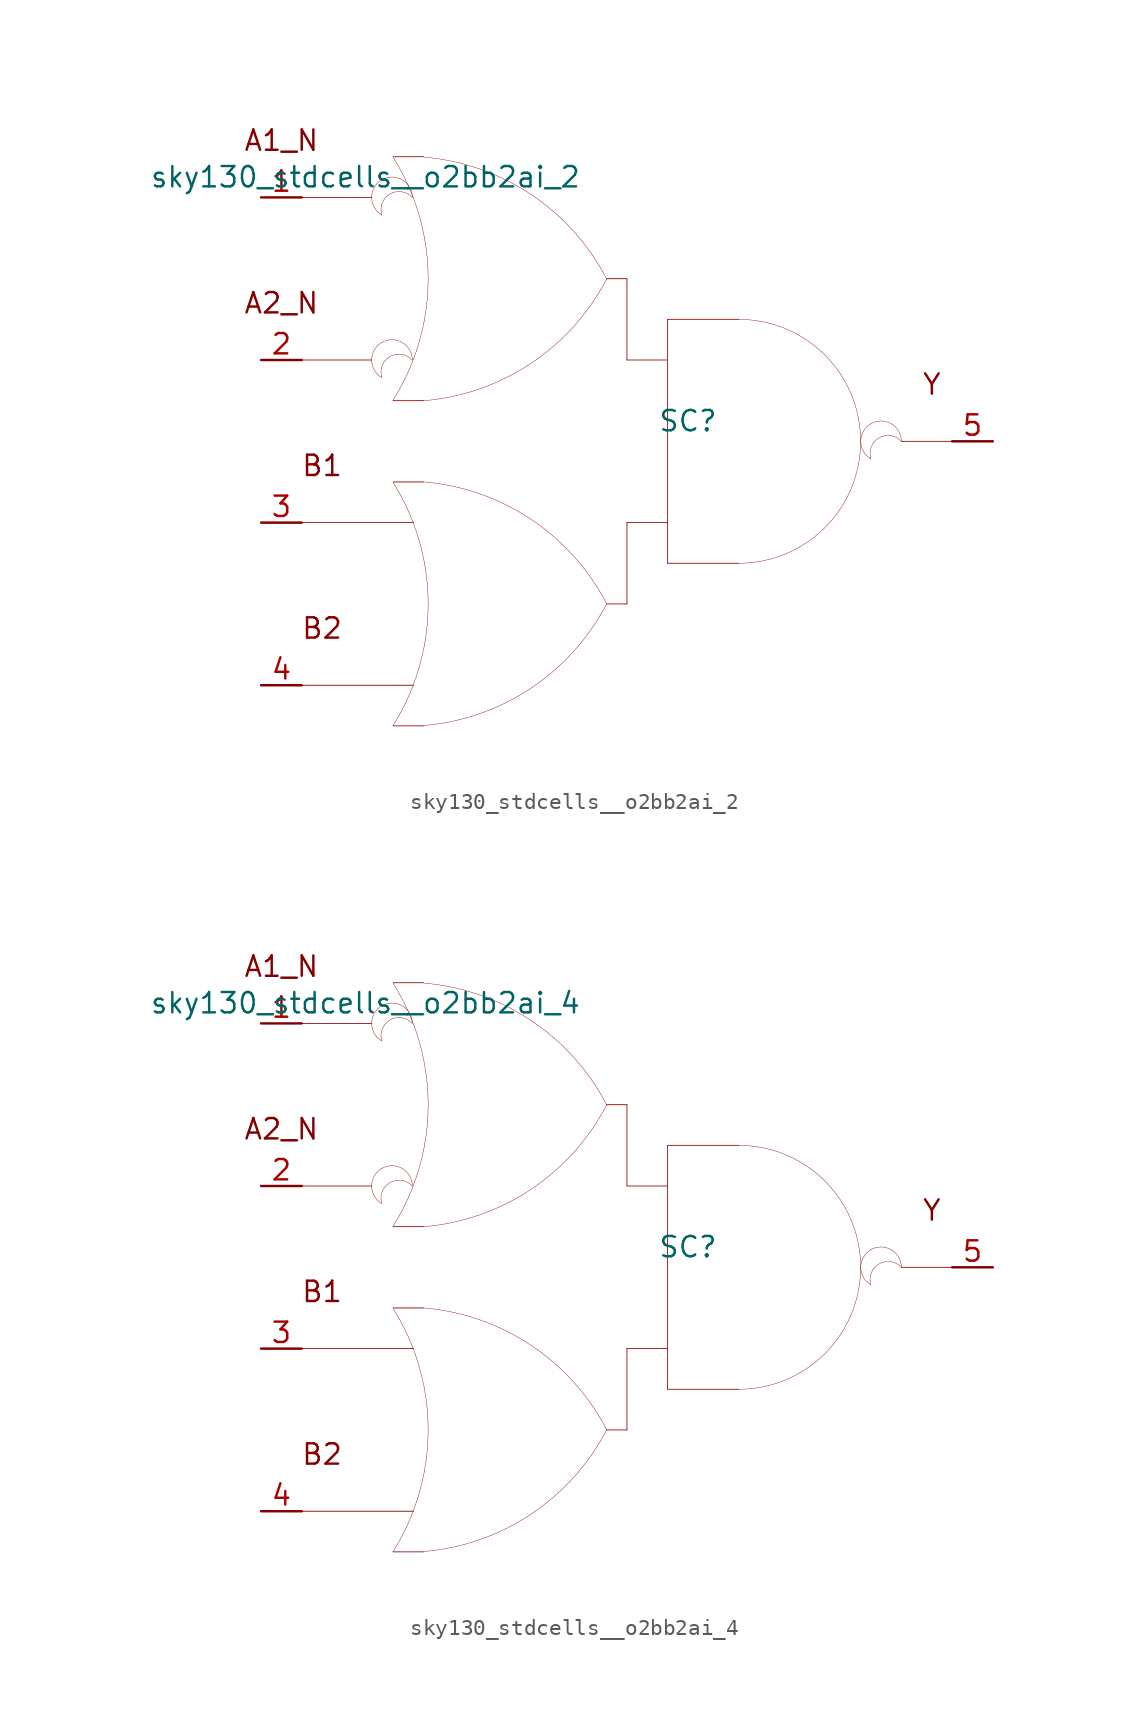
<source format=kicad_sym>
(kicad_symbol_lib
  (version 20211014)
  (generator kicad_symbol_editor)
  (symbol "sky130_stdcells__o2bb2ai_2"
    (pin_names hide)
    (property "Reference" "SC"
      (at 3.81 1.27 0)
      (effects (font (size 1.27 1.27))))
    (property "Value" "sky130_stdcells__o2bb2ai_2"
      (at -2.845 16.51 0)
      (effects (font (size 1.27 1.27)) (justify right)))
    (symbol "sky130_stdcells__o2bb2ai_2_0_0"
      (arc (start -15.3162 6.1799) (mid -15.9512 5.08) (end -15.3162 3.9801) (stroke (width 0.0254) (type default) (color 0 0 0 0)) (fill (type none)))
      (arc (start -15.3162 16.3399) (mid -15.9512 15.24) (end -15.3162 14.1401) (stroke (width 0.0254) (type default) (color 0 0 0 0)) (fill (type none)))
      (arc (start -14.6255 -17.7742) (mid -13.968 -16.618) (end -13.4212 -15.4056) (stroke (width 0.0254) (type default) (color 0 0 0 0)) (fill (type none)))
      (arc (start -14.6255 2.5458) (mid -13.968 3.702) (end -13.4212 4.9144) (stroke (width 0.0254) (type default) (color 0 0 0 0)) (fill (type none)))
      (arc (start -13.4212 -15.4056) (mid -12.9863 -14.1355) (end -12.673 -12.8301) (stroke (width 0.0254) (type default) (color 0 0 0 0)) (fill (type none)))
      (arc (start -13.4212 4.9144) (mid -12.9863 6.1845) (end -12.673 7.4899) (stroke (width 0.0254) (type default) (color 0 0 0 0)) (fill (type none)))
      (arc (start -13.4112 5.08) (mid -15.2681 5.5543) (end -15.3162 3.9801) (stroke (width 0.0254) (type default) (color 0 0 0 0)) (fill (type none)))
      (arc (start -13.4112 5.08) (mid -14.0462 6.1798) (end -15.3162 6.1799) (stroke (width 0.0254) (type default) (color 0 0 0 0)) (fill (type none)))
      (arc (start -13.4112 15.24) (mid -15.2681 15.7143) (end -15.3162 14.1401) (stroke (width 0.0254) (type default) (color 0 0 0 0)) (fill (type none)))
      (arc (start -13.4112 15.24) (mid -14.0462 16.3398) (end -15.3162 16.3399) (stroke (width 0.0254) (type default) (color 0 0 0 0)) (fill (type none)))
      (arc (start -13.403 -4.9607) (mid -13.9512 -3.7352) (end -14.6123 -2.5668) (stroke (width 0.0254) (type default) (color 0 0 0 0)) (fill (type none)))
      (arc (start -13.403 15.3593) (mid -13.9512 16.5848) (end -14.6123 17.7532) (stroke (width 0.0254) (type default) (color 0 0 0 0)) (fill (type none)))
      (arc (start -12.705 -17.7577) (mid -6.011 -15.4332) (end -1.2741 -10.163) (stroke (width 0.0254) (type default) (color 0 0 0 0)) (fill (type none)))
      (arc (start -12.705 2.5369) (mid -6.011 4.8614) (end -1.2741 10.1316) (stroke (width 0.0254) (type default) (color 0 0 0 0)) (fill (type none)))
      (arc (start -12.673 -12.8301) (mid -12.4838 -11.501) (end -12.4206 -10.16) (stroke (width 0.0254) (type default) (color 0 0 0 0)) (fill (type none)))
      (arc (start -12.673 7.4899) (mid -12.4838 8.819) (end -12.4206 10.16) (stroke (width 0.0254) (type default) (color 0 0 0 0)) (fill (type none)))
      (arc (start -12.6684 -7.5144) (mid -12.9761 -6.2204) (end -13.403 -4.9607) (stroke (width 0.0254) (type default) (color 0 0 0 0)) (fill (type none)))
      (arc (start -12.6684 12.8056) (mid -12.9761 14.0996) (end -13.403 15.3593) (stroke (width 0.0254) (type default) (color 0 0 0 0)) (fill (type none)))
      (arc (start -12.4206 -10.16) (mid -12.4827 -8.8314) (end -12.6684 -7.5144) (stroke (width 0.0254) (type default) (color 0 0 0 0)) (fill (type none)))
      (arc (start -12.4206 10.16) (mid -12.4827 11.4886) (end -12.6684 12.8056) (stroke (width 0.0254) (type default) (color 0 0 0 0)) (fill (type none)))
      (arc (start -1.2513 -10.1756) (mid -5.9698 -4.889) (end -12.6556 -2.5411) (stroke (width 0.0254) (type default) (color 0 0 0 0)) (fill (type none)))
      (arc (start -1.2513 10.119) (mid -5.9698 15.4056) (end -12.6556 17.7535) (stroke (width 0.0254) (type default) (color 0 0 0 0)) (fill (type none)))
      (polyline (pts (xy -20.32 -15.24) (xy -13.335 -15.24)) (stroke (width 0.051) (type default) (color 0 0 0 0)) (fill (type none)))
      (polyline (pts (xy -20.32 -5.08) (xy -13.335 -5.08)) (stroke (width 0.051) (type default) (color 0 0 0 0)) (fill (type none)))
      (polyline (pts (xy -20.32 5.08) (xy -15.951 5.08)) (stroke (width 0.051) (type default) (color 0 0 0 0)) (fill (type none)))
      (polyline (pts (xy -20.32 15.24) (xy -15.951 15.24)) (stroke (width 0.051) (type default) (color 0 0 0 0)) (fill (type none)))
      (polyline (pts (xy -14.605 -17.78) (xy -12.7 -17.78)) (stroke (width 0.051) (type default) (color 0 0 0 0)) (fill (type none)))
      (polyline (pts (xy -14.605 -2.54) (xy -12.7 -2.54)) (stroke (width 0.051) (type default) (color 0 0 0 0)) (fill (type none)))
      (polyline (pts (xy -14.605 2.54) (xy -12.7 2.54)) (stroke (width 0.051) (type default) (color 0 0 0 0)) (fill (type none)))
      (polyline (pts (xy -14.605 17.78) (xy -12.7 17.78)) (stroke (width 0.051) (type default) (color 0 0 0 0)) (fill (type none)))
      (polyline (pts (xy -1.27 -10.16) (xy 0 -10.16)) (stroke (width 0.051) (type default) (color 0 0 0 0)) (fill (type none)))
      (polyline (pts (xy -1.27 10.16) (xy 0 10.16)) (stroke (width 0.051) (type default) (color 0 0 0 0)) (fill (type none)))
      (polyline (pts (xy 0 -5.08) (xy 0 -10.16)) (stroke (width 0.051) (type default) (color 0 0 0 0)) (fill (type none)))
      (polyline (pts (xy 0 -5.08) (xy 2.54 -5.08)) (stroke (width 0.051) (type default) (color 0 0 0 0)) (fill (type none)))
      (polyline (pts (xy 0 5.08) (xy 2.54 5.08)) (stroke (width 0.051) (type default) (color 0 0 0 0)) (fill (type none)))
      (polyline (pts (xy 0 10.16) (xy 0 5.08)) (stroke (width 0.051) (type default) (color 0 0 0 0)) (fill (type none)))
      (polyline (pts (xy 2.54 -7.62) (xy 6.985 -7.62)) (stroke (width 0.051) (type default) (color 0 0 0 0)) (fill (type none)))
      (polyline (pts (xy 2.54 7.62) (xy 2.54 -7.62)) (stroke (width 0.051) (type default) (color 0 0 0 0)) (fill (type none)))
      (polyline (pts (xy 2.54 7.62) (xy 6.985 7.62)) (stroke (width 0.051) (type default) (color 0 0 0 0)) (fill (type none)))
      (polyline (pts (xy 17.145 0) (xy 20.32 0)) (stroke (width 0.051) (type default) (color 0 0 0 0)) (fill (type none)))
      (arc (start 6.985 -7.62) (mid 8.9572 -7.3604) (end 10.795 -6.5991) (stroke (width 0.0254) (type default) (color 0 0 0 0)) (fill (type none)))
      (arc (start 10.795 -6.5991) (mid 12.3731 -5.3881) (end 13.5841 -3.81) (stroke (width 0.0254) (type default) (color 0 0 0 0)) (fill (type none)))
      (arc (start 10.795 6.5991) (mid 8.9572 7.3603) (end 6.985 7.62) (stroke (width 0.0254) (type default) (color 0 0 0 0)) (fill (type none)))
      (arc (start 13.5841 -3.81) (mid 14.3453 -1.9722) (end 14.605 0) (stroke (width 0.0254) (type default) (color 0 0 0 0)) (fill (type none)))
      (arc (start 13.5841 3.81) (mid 12.3731 5.3881) (end 10.795 6.5991) (stroke (width 0.0254) (type default) (color 0 0 0 0)) (fill (type none)))
      (arc (start 14.605 0) (mid 14.3454 1.9722) (end 13.5841 3.81) (stroke (width 0.0254) (type default) (color 0 0 0 0)) (fill (type none)))
      (arc (start 15.24 1.0999) (mid 14.605 0) (end 15.24 -1.0999) (stroke (width 0.0254) (type default) (color 0 0 0 0)) (fill (type none)))
      (arc (start 17.145 0) (mid 15.2881 0.4743) (end 15.24 -1.0999) (stroke (width 0.0254) (type default) (color 0 0 0 0)) (fill (type none)))
      (arc (start 17.145 0) (mid 16.51 1.0998) (end 15.24 1.0999) (stroke (width 0.0254) (type default) (color 0 0 0 0)) (fill (type none)))
      (text "A1_N" (at -21.59 18.796 0) (effects (font (size 1.27 1.27))))
      (text "A2_N" (at -21.59 8.636 0) (effects (font (size 1.27 1.27))))
      (text "B1" (at -19.05 -1.524 0) (effects (font (size 1.27 1.27))))
      (text "B2" (at -19.05 -11.684 0) (effects (font (size 1.27 1.27))))
      (text "Y" (at 19.05 3.556 0) (effects (font (size 1.27 1.27)))))
    (symbol "sky130_stdcells__o2bb2ai_2_1_1"
      (pin input line (at -22.86 15.24 0) (length 2.54) (name "A1_N" (effects (font (size 1.092 1.092)))) (number "1" (effects (font (size 1.27 1.27)))))
      (pin input line (at -22.86 5.08 0) (length 2.54) (name "A2_N" (effects (font (size 1.092 1.092)))) (number "2" (effects (font (size 1.27 1.27)))))
      (pin input line (at -22.86 -5.08 0) (length 2.54) (name "B1" (effects (font (size 1.092 1.092)))) (number "3" (effects (font (size 1.27 1.27)))))
      (pin input line (at -22.86 -15.24 0) (length 2.54) (name "B2" (effects (font (size 1.092 1.092)))) (number "4" (effects (font (size 1.27 1.27)))))
      (pin output line (at 22.86 0 180) (length 2.54) (name "Y" (effects (font (size 1.092 1.092)))) (number "5" (effects (font (size 1.27 1.27)))))))
  (symbol "sky130_stdcells__o2bb2ai_4"
    (pin_names hide)
    (property "Reference" "SC"
      (at 3.81 1.27 0)
      (effects (font (size 1.27 1.27))))
    (property "Value" "sky130_stdcells__o2bb2ai_4"
      (at -2.845 16.51 0)
      (effects (font (size 1.27 1.27)) (justify right)))
    (symbol "sky130_stdcells__o2bb2ai_4_0_0"
      (arc (start -15.3162 6.1799) (mid -15.9512 5.08) (end -15.3162 3.9801) (stroke (width 0.0254) (type default) (color 0 0 0 0)) (fill (type none)))
      (arc (start -15.3162 16.3399) (mid -15.9512 15.24) (end -15.3162 14.1401) (stroke (width 0.0254) (type default) (color 0 0 0 0)) (fill (type none)))
      (arc (start -14.6255 -17.7742) (mid -13.968 -16.618) (end -13.4212 -15.4056) (stroke (width 0.0254) (type default) (color 0 0 0 0)) (fill (type none)))
      (arc (start -14.6255 2.5458) (mid -13.968 3.702) (end -13.4212 4.9144) (stroke (width 0.0254) (type default) (color 0 0 0 0)) (fill (type none)))
      (arc (start -13.4212 -15.4056) (mid -12.9863 -14.1355) (end -12.673 -12.8301) (stroke (width 0.0254) (type default) (color 0 0 0 0)) (fill (type none)))
      (arc (start -13.4212 4.9144) (mid -12.9863 6.1845) (end -12.673 7.4899) (stroke (width 0.0254) (type default) (color 0 0 0 0)) (fill (type none)))
      (arc (start -13.4112 5.08) (mid -15.2681 5.5543) (end -15.3162 3.9801) (stroke (width 0.0254) (type default) (color 0 0 0 0)) (fill (type none)))
      (arc (start -13.4112 5.08) (mid -14.0462 6.1798) (end -15.3162 6.1799) (stroke (width 0.0254) (type default) (color 0 0 0 0)) (fill (type none)))
      (arc (start -13.4112 15.24) (mid -15.2681 15.7143) (end -15.3162 14.1401) (stroke (width 0.0254) (type default) (color 0 0 0 0)) (fill (type none)))
      (arc (start -13.4112 15.24) (mid -14.0462 16.3398) (end -15.3162 16.3399) (stroke (width 0.0254) (type default) (color 0 0 0 0)) (fill (type none)))
      (arc (start -13.403 -4.9607) (mid -13.9512 -3.7352) (end -14.6123 -2.5668) (stroke (width 0.0254) (type default) (color 0 0 0 0)) (fill (type none)))
      (arc (start -13.403 15.3593) (mid -13.9512 16.5848) (end -14.6123 17.7532) (stroke (width 0.0254) (type default) (color 0 0 0 0)) (fill (type none)))
      (arc (start -12.705 -17.7577) (mid -6.011 -15.4332) (end -1.2741 -10.163) (stroke (width 0.0254) (type default) (color 0 0 0 0)) (fill (type none)))
      (arc (start -12.705 2.5369) (mid -6.011 4.8614) (end -1.2741 10.1316) (stroke (width 0.0254) (type default) (color 0 0 0 0)) (fill (type none)))
      (arc (start -12.673 -12.8301) (mid -12.4838 -11.501) (end -12.4206 -10.16) (stroke (width 0.0254) (type default) (color 0 0 0 0)) (fill (type none)))
      (arc (start -12.673 7.4899) (mid -12.4838 8.819) (end -12.4206 10.16) (stroke (width 0.0254) (type default) (color 0 0 0 0)) (fill (type none)))
      (arc (start -12.6684 -7.5144) (mid -12.9761 -6.2204) (end -13.403 -4.9607) (stroke (width 0.0254) (type default) (color 0 0 0 0)) (fill (type none)))
      (arc (start -12.6684 12.8056) (mid -12.9761 14.0996) (end -13.403 15.3593) (stroke (width 0.0254) (type default) (color 0 0 0 0)) (fill (type none)))
      (arc (start -12.4206 -10.16) (mid -12.4827 -8.8314) (end -12.6684 -7.5144) (stroke (width 0.0254) (type default) (color 0 0 0 0)) (fill (type none)))
      (arc (start -12.4206 10.16) (mid -12.4827 11.4886) (end -12.6684 12.8056) (stroke (width 0.0254) (type default) (color 0 0 0 0)) (fill (type none)))
      (arc (start -1.2513 -10.1756) (mid -5.9698 -4.889) (end -12.6556 -2.5411) (stroke (width 0.0254) (type default) (color 0 0 0 0)) (fill (type none)))
      (arc (start -1.2513 10.119) (mid -5.9698 15.4056) (end -12.6556 17.7535) (stroke (width 0.0254) (type default) (color 0 0 0 0)) (fill (type none)))
      (polyline (pts (xy -20.32 -15.24) (xy -13.335 -15.24)) (stroke (width 0.051) (type default) (color 0 0 0 0)) (fill (type none)))
      (polyline (pts (xy -20.32 -5.08) (xy -13.335 -5.08)) (stroke (width 0.051) (type default) (color 0 0 0 0)) (fill (type none)))
      (polyline (pts (xy -20.32 5.08) (xy -15.951 5.08)) (stroke (width 0.051) (type default) (color 0 0 0 0)) (fill (type none)))
      (polyline (pts (xy -20.32 15.24) (xy -15.951 15.24)) (stroke (width 0.051) (type default) (color 0 0 0 0)) (fill (type none)))
      (polyline (pts (xy -14.605 -17.78) (xy -12.7 -17.78)) (stroke (width 0.051) (type default) (color 0 0 0 0)) (fill (type none)))
      (polyline (pts (xy -14.605 -2.54) (xy -12.7 -2.54)) (stroke (width 0.051) (type default) (color 0 0 0 0)) (fill (type none)))
      (polyline (pts (xy -14.605 2.54) (xy -12.7 2.54)) (stroke (width 0.051) (type default) (color 0 0 0 0)) (fill (type none)))
      (polyline (pts (xy -14.605 17.78) (xy -12.7 17.78)) (stroke (width 0.051) (type default) (color 0 0 0 0)) (fill (type none)))
      (polyline (pts (xy -1.27 -10.16) (xy 0 -10.16)) (stroke (width 0.051) (type default) (color 0 0 0 0)) (fill (type none)))
      (polyline (pts (xy -1.27 10.16) (xy 0 10.16)) (stroke (width 0.051) (type default) (color 0 0 0 0)) (fill (type none)))
      (polyline (pts (xy 0 -5.08) (xy 0 -10.16)) (stroke (width 0.051) (type default) (color 0 0 0 0)) (fill (type none)))
      (polyline (pts (xy 0 -5.08) (xy 2.54 -5.08)) (stroke (width 0.051) (type default) (color 0 0 0 0)) (fill (type none)))
      (polyline (pts (xy 0 5.08) (xy 2.54 5.08)) (stroke (width 0.051) (type default) (color 0 0 0 0)) (fill (type none)))
      (polyline (pts (xy 0 10.16) (xy 0 5.08)) (stroke (width 0.051) (type default) (color 0 0 0 0)) (fill (type none)))
      (polyline (pts (xy 2.54 -7.62) (xy 6.985 -7.62)) (stroke (width 0.051) (type default) (color 0 0 0 0)) (fill (type none)))
      (polyline (pts (xy 2.54 7.62) (xy 2.54 -7.62)) (stroke (width 0.051) (type default) (color 0 0 0 0)) (fill (type none)))
      (polyline (pts (xy 2.54 7.62) (xy 6.985 7.62)) (stroke (width 0.051) (type default) (color 0 0 0 0)) (fill (type none)))
      (polyline (pts (xy 17.145 0) (xy 20.32 0)) (stroke (width 0.051) (type default) (color 0 0 0 0)) (fill (type none)))
      (arc (start 6.985 -7.62) (mid 8.9572 -7.3604) (end 10.795 -6.5991) (stroke (width 0.0254) (type default) (color 0 0 0 0)) (fill (type none)))
      (arc (start 10.795 -6.5991) (mid 12.3731 -5.3881) (end 13.5841 -3.81) (stroke (width 0.0254) (type default) (color 0 0 0 0)) (fill (type none)))
      (arc (start 10.795 6.5991) (mid 8.9572 7.3603) (end 6.985 7.62) (stroke (width 0.0254) (type default) (color 0 0 0 0)) (fill (type none)))
      (arc (start 13.5841 -3.81) (mid 14.3453 -1.9722) (end 14.605 0) (stroke (width 0.0254) (type default) (color 0 0 0 0)) (fill (type none)))
      (arc (start 13.5841 3.81) (mid 12.3731 5.3881) (end 10.795 6.5991) (stroke (width 0.0254) (type default) (color 0 0 0 0)) (fill (type none)))
      (arc (start 14.605 0) (mid 14.3454 1.9722) (end 13.5841 3.81) (stroke (width 0.0254) (type default) (color 0 0 0 0)) (fill (type none)))
      (arc (start 15.24 1.0999) (mid 14.605 0) (end 15.24 -1.0999) (stroke (width 0.0254) (type default) (color 0 0 0 0)) (fill (type none)))
      (arc (start 17.145 0) (mid 15.2881 0.4743) (end 15.24 -1.0999) (stroke (width 0.0254) (type default) (color 0 0 0 0)) (fill (type none)))
      (arc (start 17.145 0) (mid 16.51 1.0998) (end 15.24 1.0999) (stroke (width 0.0254) (type default) (color 0 0 0 0)) (fill (type none)))
      (text "A1_N" (at -21.59 18.796 0) (effects (font (size 1.27 1.27))))
      (text "A2_N" (at -21.59 8.636 0) (effects (font (size 1.27 1.27))))
      (text "B1" (at -19.05 -1.524 0) (effects (font (size 1.27 1.27))))
      (text "B2" (at -19.05 -11.684 0) (effects (font (size 1.27 1.27))))
      (text "Y" (at 19.05 3.556 0) (effects (font (size 1.27 1.27)))))
    (symbol "sky130_stdcells__o2bb2ai_4_1_1"
      (pin input line (at -22.86 15.24 0) (length 2.54) (name "A1_N" (effects (font (size 1.092 1.092)))) (number "1" (effects (font (size 1.27 1.27)))))
      (pin input line (at -22.86 5.08 0) (length 2.54) (name "A2_N" (effects (font (size 1.092 1.092)))) (number "2" (effects (font (size 1.27 1.27)))))
      (pin input line (at -22.86 -5.08 0) (length 2.54) (name "B1" (effects (font (size 1.092 1.092)))) (number "3" (effects (font (size 1.27 1.27)))))
      (pin input line (at -22.86 -15.24 0) (length 2.54) (name "B2" (effects (font (size 1.092 1.092)))) (number "4" (effects (font (size 1.27 1.27)))))
      (pin output line (at 22.86 0 180) (length 2.54) (name "Y" (effects (font (size 1.092 1.092)))) (number "5" (effects (font (size 1.27 1.27))))))))
</source>
